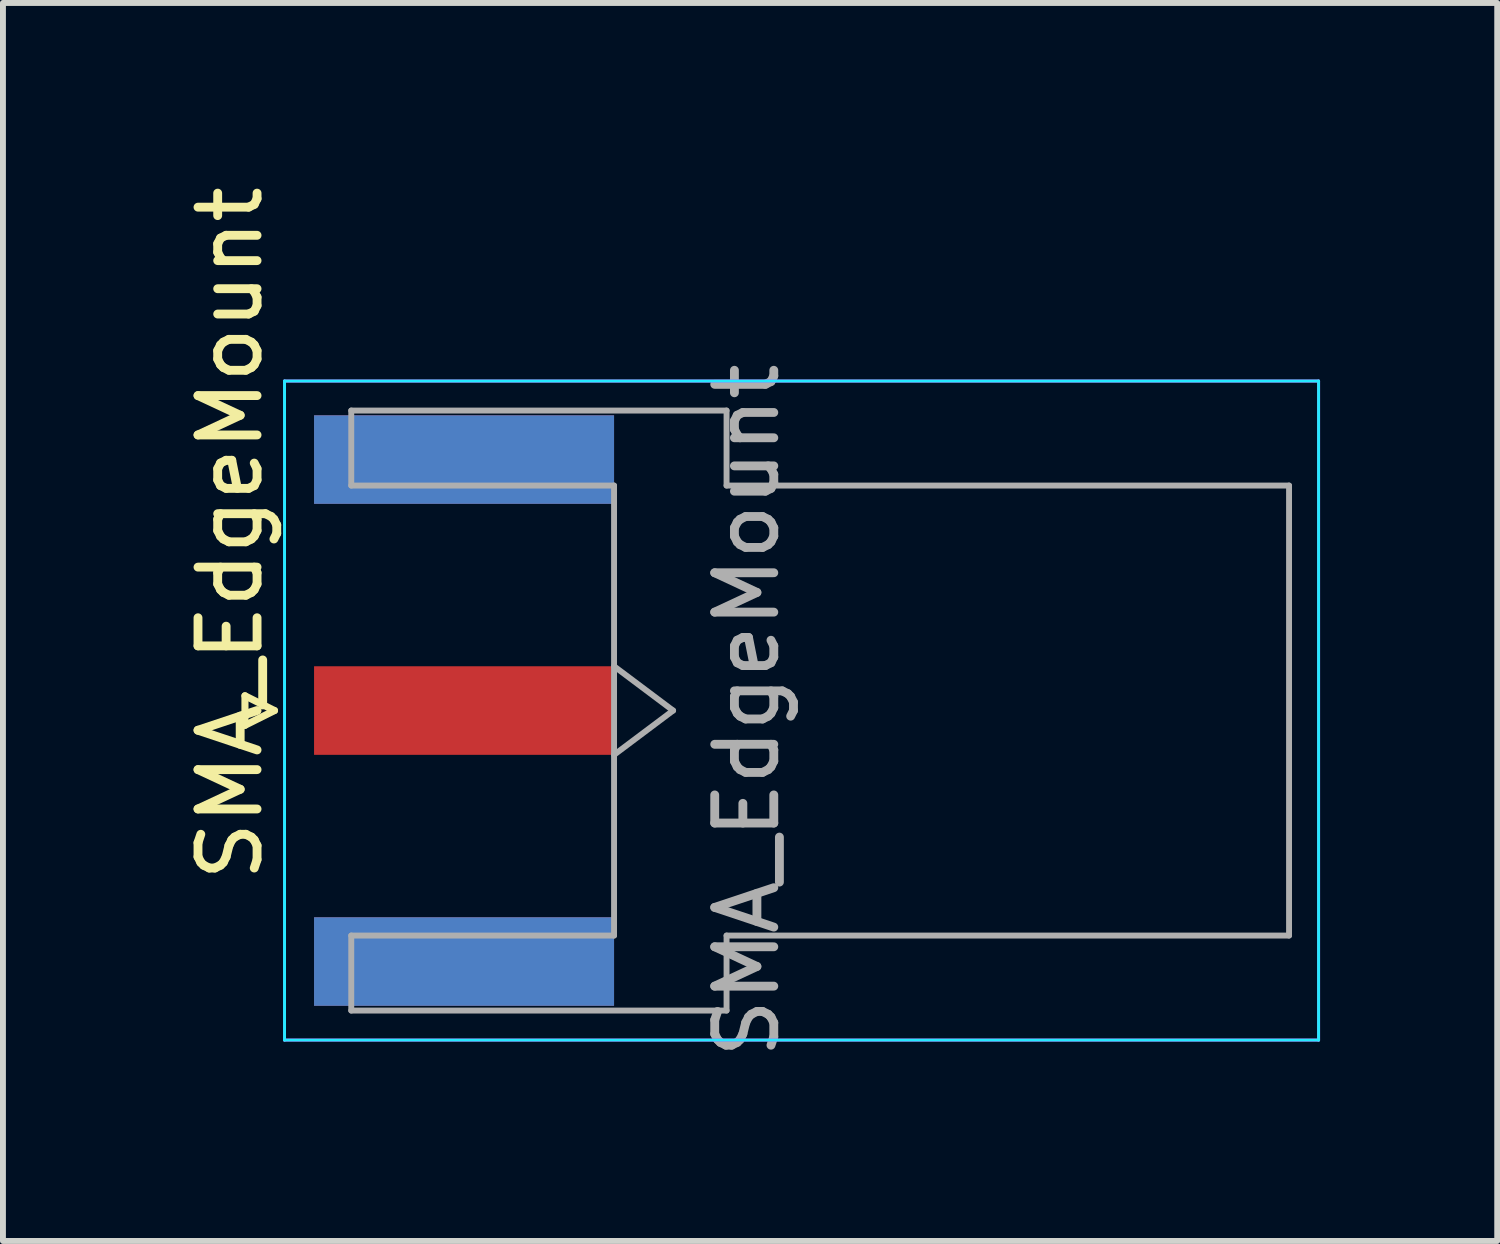
<source format=kicad_pcb>
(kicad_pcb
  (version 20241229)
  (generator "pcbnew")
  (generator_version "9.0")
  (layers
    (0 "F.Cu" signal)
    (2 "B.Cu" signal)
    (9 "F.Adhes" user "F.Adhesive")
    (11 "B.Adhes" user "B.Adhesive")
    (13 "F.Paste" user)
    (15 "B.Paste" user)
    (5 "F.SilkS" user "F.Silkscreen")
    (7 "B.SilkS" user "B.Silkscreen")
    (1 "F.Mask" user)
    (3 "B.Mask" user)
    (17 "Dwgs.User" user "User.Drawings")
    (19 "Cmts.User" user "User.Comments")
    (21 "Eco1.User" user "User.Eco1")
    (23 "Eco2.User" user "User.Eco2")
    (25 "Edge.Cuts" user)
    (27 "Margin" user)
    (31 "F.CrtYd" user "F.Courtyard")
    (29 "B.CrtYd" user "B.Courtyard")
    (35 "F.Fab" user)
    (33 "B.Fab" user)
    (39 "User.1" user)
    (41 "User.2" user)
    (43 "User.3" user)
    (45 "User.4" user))
  (footprint "SMA_EdgeMount"
    (layer "F.Cu")
    (at 4.808 8.982)
    (property "Reference" "SMA_EdgeMount" (at -3.96 -3 90) (layer "F.SilkS") (effects (font (size 1 1) (thickness 0.15))))
    (attr smd)
    (fp_line (start -3.71 -0.25) (end -3.71 0.25) (stroke (width 0.12) (type solid)) (layer "F.SilkS"))
    (fp_line (start -3.71 0.25) (end -3.21 0) (stroke (width 0.12) (type solid)) (layer "F.SilkS"))
    (fp_line (start -3.21 0) (end -3.71 -0.25) (stroke (width 0.12) (type solid)) (layer "F.SilkS"))
    (fp_line (start -3.04 5.58) (end -3.04 -5.58) (stroke (width 0.05) (type solid)) (layer "B.CrtYd"))
    (fp_line (start 14.47 -5.58) (end -3.04 -5.58) (stroke (width 0.05) (type solid)) (layer "B.CrtYd"))
    (fp_line (start 14.47 -5.58) (end 14.47 5.58) (stroke (width 0.05) (type solid)) (layer "B.CrtYd"))
    (fp_line (start 14.47 5.58) (end -3.04 5.58) (stroke (width 0.05) (type solid)) (layer "B.CrtYd"))
    (fp_line (start -3.04 5.58) (end -3.04 -5.58) (stroke (width 0.05) (type solid)) (layer "F.CrtYd"))
    (fp_line (start 14.47 -5.58) (end -3.04 -5.58) (stroke (width 0.05) (type solid)) (layer "F.CrtYd"))
    (fp_line (start 14.47 -5.58) (end 14.47 5.58) (stroke (width 0.05) (type solid)) (layer "F.CrtYd"))
    (fp_line (start 14.47 5.58) (end -3.04 5.58) (stroke (width 0.05) (type solid)) (layer "F.CrtYd"))
    (fp_line (start -1.91 -5.08) (end -1.91 -3.81) (stroke (width 0.1) (type solid)) (layer "F.Fab"))
    (fp_line (start -1.91 -5.08) (end 4.445 -5.08) (stroke (width 0.1) (type solid)) (layer "F.Fab"))
    (fp_line (start -1.91 -3.81) (end 2.54 -3.81) (stroke (width 0.1) (type solid)) (layer "F.Fab"))
    (fp_line (start -1.91 3.81) (end -1.91 5.08) (stroke (width 0.1) (type solid)) (layer "F.Fab"))
    (fp_line (start -1.91 5.08) (end 4.445 5.08) (stroke (width 0.1) (type solid)) (layer "F.Fab"))
    (fp_line (start 2.54 -3.81) (end 2.54 3.81) (stroke (width 0.1) (type solid)) (layer "F.Fab"))
    (fp_line (start 2.54 -0.75) (end 3.54 0) (stroke (width 0.1) (type solid)) (layer "F.Fab"))
    (fp_line (start 2.54 3.81) (end -1.91 3.81) (stroke (width 0.1) (type solid)) (layer "F.Fab"))
    (fp_line (start 3.54 0) (end 2.54 0.75) (stroke (width 0.1) (type solid)) (layer "F.Fab"))
    (fp_line (start 4.445 -3.81) (end 4.445 -5.08) (stroke (width 0.1) (type solid)) (layer "F.Fab"))
    (fp_line (start 4.445 -3.81) (end 13.97 -3.81) (stroke (width 0.1) (type solid)) (layer "F.Fab"))
    (fp_line (start 4.445 5.08) (end 4.445 3.81) (stroke (width 0.1) (type solid)) (layer "F.Fab"))
    (fp_line (start 13.97 -3.81) (end 13.97 3.81) (stroke (width 0.1) (type solid)) (layer "F.Fab"))
    (fp_line (start 13.97 3.81) (end 4.445 3.81) (stroke (width 0.1) (type solid)) (layer "F.Fab"))
    (fp_text user "${REFERENCE}" (at 4.79 0 270) (layer "F.Fab") (effects (font (size 1 1) (thickness 0.15))))
    (pad "1" smd rect (at 0 0 90) (size 1.5 5.08) (layers "F.Cu" "F.Mask" "F.Paste"))
    (pad "2" smd rect (at 0 -4.25 90) (size 1.5 5.08) (layers "F.Cu" "F.Mask" "F.Paste"))
    (pad "2" smd rect (at 0 -4.25 90) (size 1.5 5.08) (layers "B.Cu" "B.Mask" "B.Paste"))
    (pad "2" smd rect (at 0 4.25 90) (size 1.5 5.08) (layers "F.Cu" "F.Mask" "F.Paste"))
    (pad "2" smd rect (at 0 4.25 90) (size 1.5 5.08) (layers "B.Cu" "B.Mask" "B.Paste")))
  (gr_rect
    (start -3 -3)
    (end 22.303 17.964)
    (stroke (width 0.1) (type default))
    (fill no)
    (layer "Edge.Cuts")))
</source>
